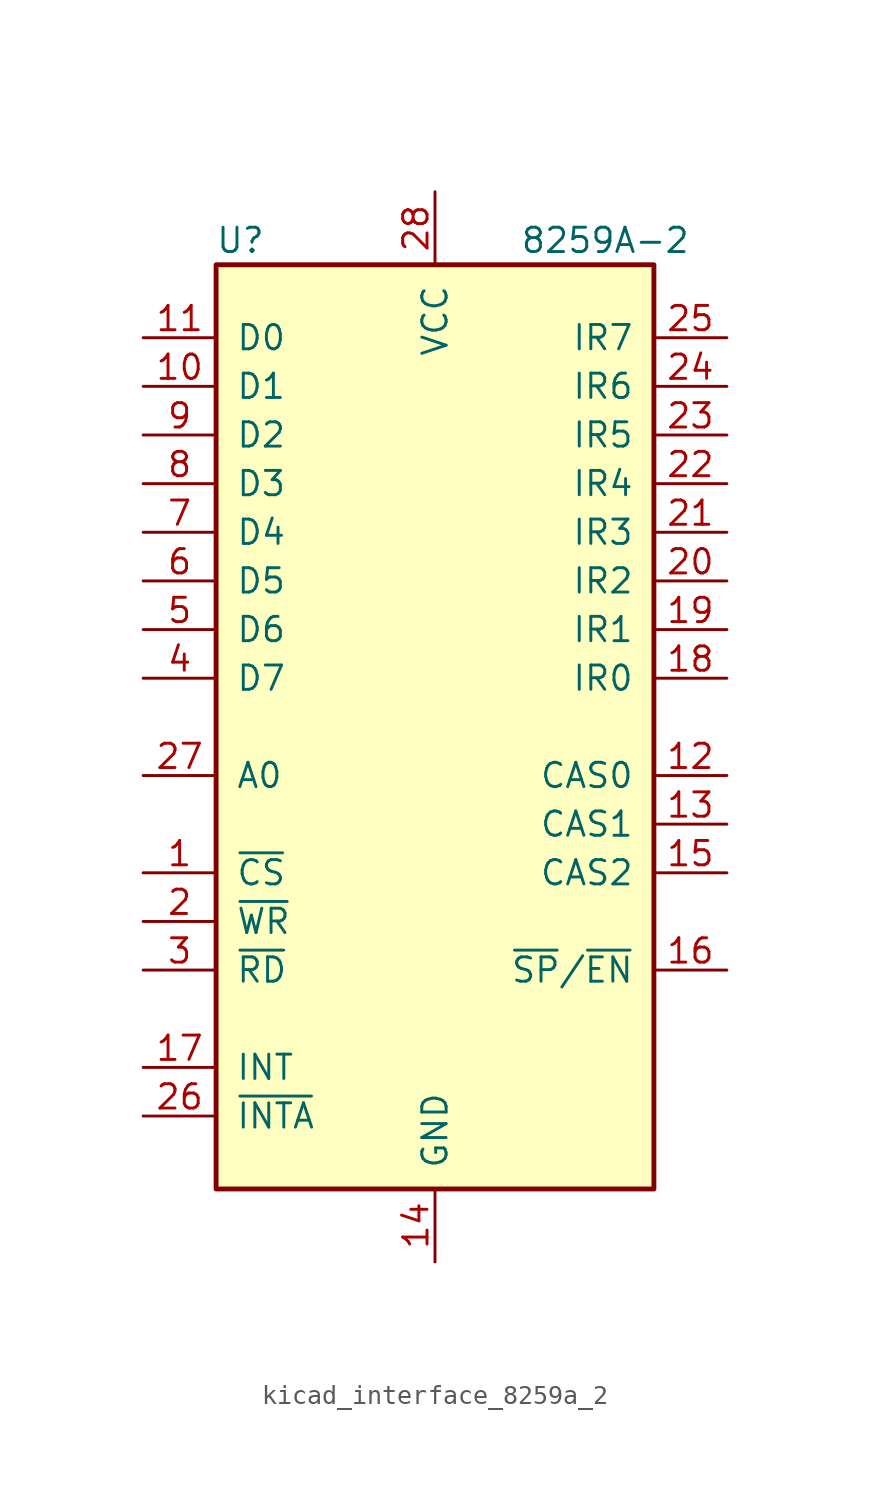
<source format=kicad_sym>
(kicad_symbol_lib
  (version 20220914)
  (generator kicad_symbol_editor)
  (symbol "kicad_interface_8259a_2"
    (pin_names
      (offset 1.016))
    (property "Reference" "U"
      (at -10.16 25.4 0)
      (effects (font (size 1.27 1.27))))
    (property "Value" "8259A-2"
      (at 8.89 25.4 0)
      (effects (font (size 1.27 1.27))))
    (symbol "kicad_interface_8259a_2_0_1"
      (rectangle (start -11.43 24.13) (end 11.43 -24.13) (stroke (width 0.254) (type default)) (fill (type background))))
    (symbol "kicad_interface_8259a_2_1_1"
      (pin input line (at -15.24 -7.62 0) (length 3.81) (name "~{CS}" (effects (font (size 1.27 1.27)))) (number "1" (effects (font (size 1.27 1.27)))))
      (pin bidirectional line (at -15.24 17.78 0) (length 3.81) (name "D1" (effects (font (size 1.27 1.27)))) (number "10" (effects (font (size 1.27 1.27)))))
      (pin bidirectional line (at -15.24 20.32 0) (length 3.81) (name "D0" (effects (font (size 1.27 1.27)))) (number "11" (effects (font (size 1.27 1.27)))))
      (pin input line (at 15.24 -2.54 180) (length 3.81) (name "CAS0" (effects (font (size 1.27 1.27)))) (number "12" (effects (font (size 1.27 1.27)))))
      (pin output line (at 15.24 -5.08 180) (length 3.81) (name "CAS1" (effects (font (size 1.27 1.27)))) (number "13" (effects (font (size 1.27 1.27)))))
      (pin power_in line (at 0 -27.94 90) (length 3.81) (name "GND" (effects (font (size 1.27 1.27)))) (number "14" (effects (font (size 1.27 1.27)))))
      (pin output line (at 15.24 -7.62 180) (length 3.81) (name "CAS2" (effects (font (size 1.27 1.27)))) (number "15" (effects (font (size 1.27 1.27)))))
      (pin bidirectional line (at 15.24 -12.7 180) (length 3.81) (name "~{SP}/~{EN}" (effects (font (size 1.27 1.27)))) (number "16" (effects (font (size 1.27 1.27)))))
      (pin output line (at -15.24 -17.78 0) (length 3.81) (name "INT" (effects (font (size 1.27 1.27)))) (number "17" (effects (font (size 1.27 1.27)))))
      (pin input line (at 15.24 2.54 180) (length 3.81) (name "IR0" (effects (font (size 1.27 1.27)))) (number "18" (effects (font (size 1.27 1.27)))))
      (pin input line (at 15.24 5.08 180) (length 3.81) (name "IR1" (effects (font (size 1.27 1.27)))) (number "19" (effects (font (size 1.27 1.27)))))
      (pin input line (at -15.24 -10.16 0) (length 3.81) (name "~{WR}" (effects (font (size 1.27 1.27)))) (number "2" (effects (font (size 1.27 1.27)))))
      (pin input line (at 15.24 7.62 180) (length 3.81) (name "IR2" (effects (font (size 1.27 1.27)))) (number "20" (effects (font (size 1.27 1.27)))))
      (pin input line (at 15.24 10.16 180) (length 3.81) (name "IR3" (effects (font (size 1.27 1.27)))) (number "21" (effects (font (size 1.27 1.27)))))
      (pin input line (at 15.24 12.7 180) (length 3.81) (name "IR4" (effects (font (size 1.27 1.27)))) (number "22" (effects (font (size 1.27 1.27)))))
      (pin input line (at 15.24 15.24 180) (length 3.81) (name "IR5" (effects (font (size 1.27 1.27)))) (number "23" (effects (font (size 1.27 1.27)))))
      (pin input line (at 15.24 17.78 180) (length 3.81) (name "IR6" (effects (font (size 1.27 1.27)))) (number "24" (effects (font (size 1.27 1.27)))))
      (pin input line (at 15.24 20.32 180) (length 3.81) (name "IR7" (effects (font (size 1.27 1.27)))) (number "25" (effects (font (size 1.27 1.27)))))
      (pin input line (at -15.24 -20.32 0) (length 3.81) (name "~{INTA}" (effects (font (size 1.27 1.27)))) (number "26" (effects (font (size 1.27 1.27)))))
      (pin input line (at -15.24 -2.54 0) (length 3.81) (name "A0" (effects (font (size 1.27 1.27)))) (number "27" (effects (font (size 1.27 1.27)))))
      (pin power_in line (at 0 27.94 270) (length 3.81) (name "VCC" (effects (font (size 1.27 1.27)))) (number "28" (effects (font (size 1.27 1.27)))))
      (pin input line (at -15.24 -12.7 0) (length 3.81) (name "~{RD}" (effects (font (size 1.27 1.27)))) (number "3" (effects (font (size 1.27 1.27)))))
      (pin bidirectional line (at -15.24 2.54 0) (length 3.81) (name "D7" (effects (font (size 1.27 1.27)))) (number "4" (effects (font (size 1.27 1.27)))))
      (pin bidirectional line (at -15.24 5.08 0) (length 3.81) (name "D6" (effects (font (size 1.27 1.27)))) (number "5" (effects (font (size 1.27 1.27)))))
      (pin bidirectional line (at -15.24 7.62 0) (length 3.81) (name "D5" (effects (font (size 1.27 1.27)))) (number "6" (effects (font (size 1.27 1.27)))))
      (pin bidirectional line (at -15.24 10.16 0) (length 3.81) (name "D4" (effects (font (size 1.27 1.27)))) (number "7" (effects (font (size 1.27 1.27)))))
      (pin bidirectional line (at -15.24 12.7 0) (length 3.81) (name "D3" (effects (font (size 1.27 1.27)))) (number "8" (effects (font (size 1.27 1.27)))))
      (pin bidirectional line (at -15.24 15.24 0) (length 3.81) (name "D2" (effects (font (size 1.27 1.27)))) (number "9" (effects (font (size 1.27 1.27))))))))
</source>
